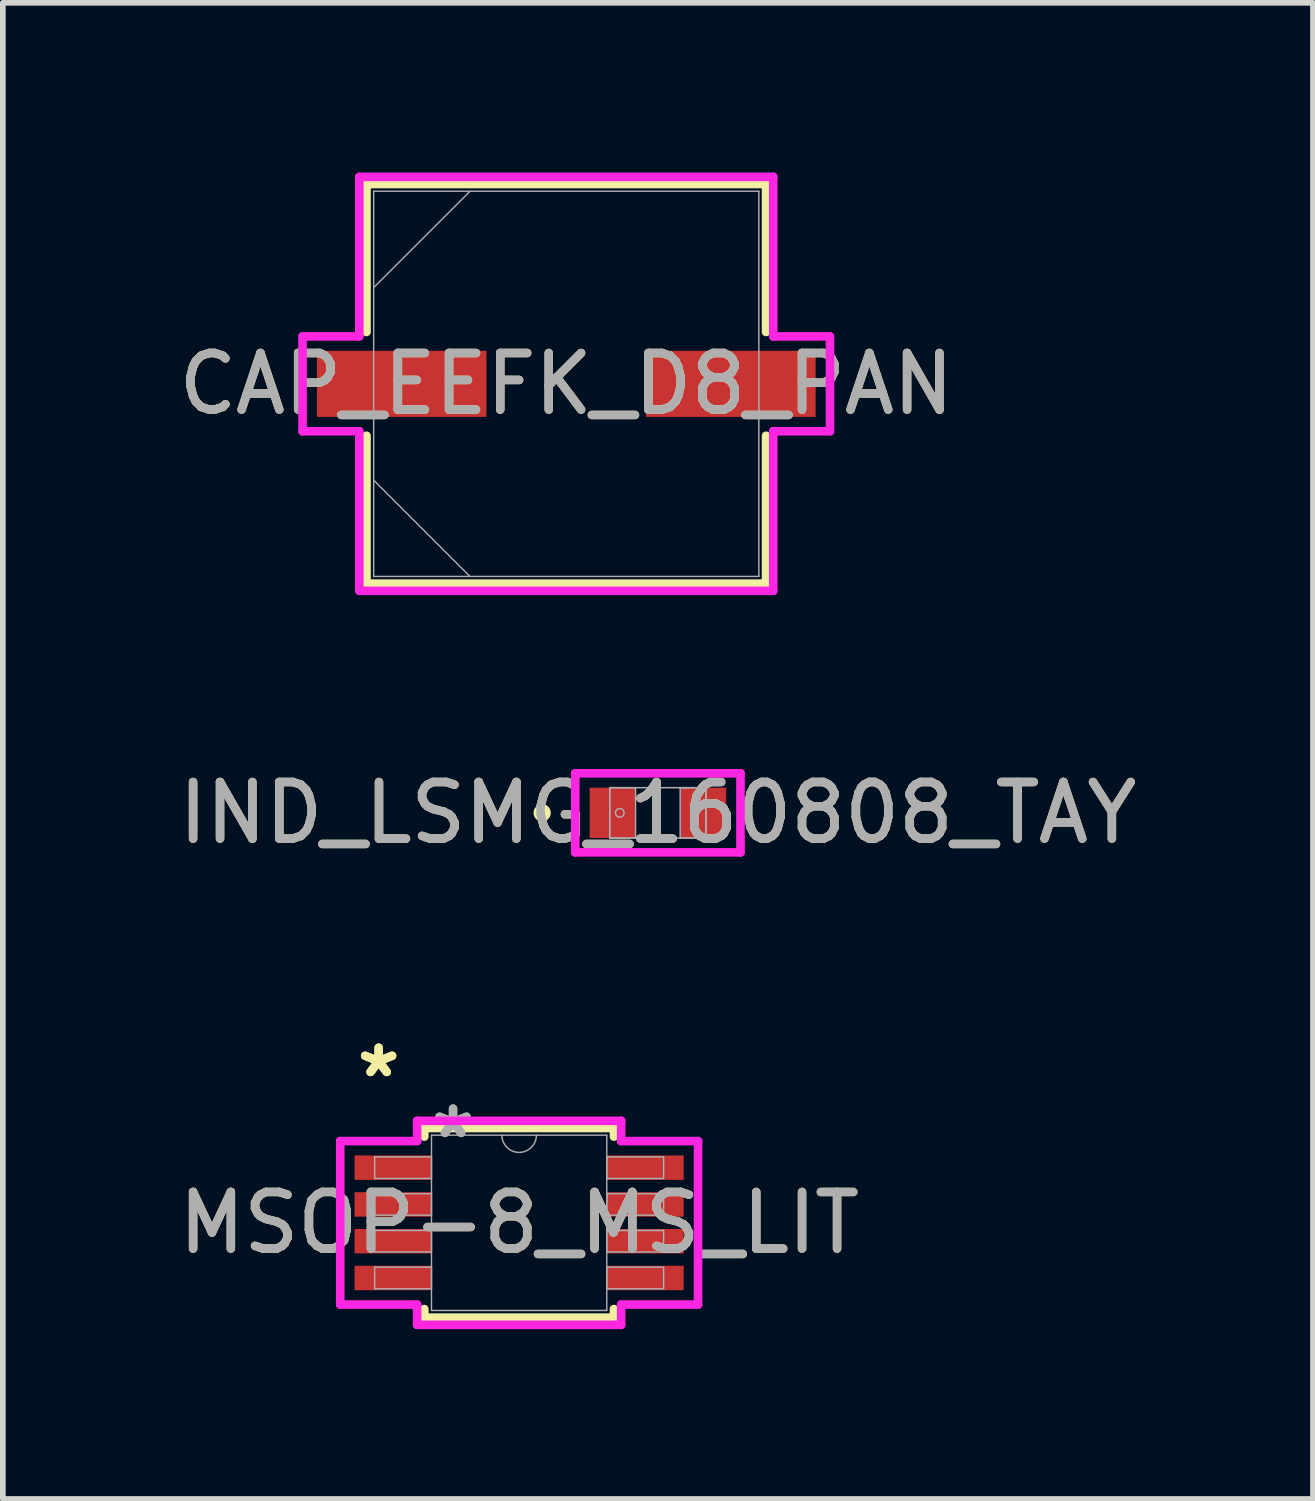
<source format=kicad_pcb>
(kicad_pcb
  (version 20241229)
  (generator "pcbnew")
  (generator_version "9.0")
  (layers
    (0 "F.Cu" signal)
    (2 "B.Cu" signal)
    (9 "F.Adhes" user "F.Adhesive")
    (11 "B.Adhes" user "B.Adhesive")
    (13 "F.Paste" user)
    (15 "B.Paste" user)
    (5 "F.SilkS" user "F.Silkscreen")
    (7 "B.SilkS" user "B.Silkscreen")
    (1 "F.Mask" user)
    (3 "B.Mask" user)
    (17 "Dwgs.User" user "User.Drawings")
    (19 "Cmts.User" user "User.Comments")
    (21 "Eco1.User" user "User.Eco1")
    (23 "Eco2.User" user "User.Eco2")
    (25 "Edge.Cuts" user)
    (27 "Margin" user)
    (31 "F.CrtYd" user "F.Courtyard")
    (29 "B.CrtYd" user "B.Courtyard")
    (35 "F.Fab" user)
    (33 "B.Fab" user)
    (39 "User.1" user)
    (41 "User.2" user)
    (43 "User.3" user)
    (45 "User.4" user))
  (footprint "CAP_EEFK_D8_PAN"
    (layer "F.Cu")
    (at 6.958 3.734)
    (property "Reference" "CAP_EEFK_D8_PAN" (at 0 0 0) (unlocked yes) (layer "F.SilkS") (effects (font (size 1 1) (thickness 0.15))))
    (attr smd)
    (fp_line (start -3.531 -3.531) (end -3.531 -0.917) (stroke (width 0.152) (type solid)) (layer "F.SilkS"))
    (fp_line (start -3.531 0.917) (end -3.531 3.531) (stroke (width 0.152) (type solid)) (layer "F.SilkS"))
    (fp_line (start -3.531 3.531) (end 3.531 3.531) (stroke (width 0.152) (type solid)) (layer "F.SilkS"))
    (fp_line (start 3.531 -3.531) (end -3.531 -3.531) (stroke (width 0.152) (type solid)) (layer "F.SilkS"))
    (fp_line (start 3.531 -0.917) (end 3.531 -3.531) (stroke (width 0.152) (type solid)) (layer "F.SilkS"))
    (fp_line (start 3.531 3.531) (end 3.531 0.917) (stroke (width 0.152) (type solid)) (layer "F.SilkS"))
    (fp_line (start -4.661 -0.838) (end -3.658 -0.838) (stroke (width 0.152) (type solid)) (layer "F.CrtYd"))
    (fp_line (start -4.661 0.838) (end -4.661 -0.838) (stroke (width 0.152) (type solid)) (layer "F.CrtYd"))
    (fp_line (start -3.658 -3.658) (end 3.658 -3.658) (stroke (width 0.152) (type solid)) (layer "F.CrtYd"))
    (fp_line (start -3.658 -0.838) (end -3.658 -3.658) (stroke (width 0.152) (type solid)) (layer "F.CrtYd"))
    (fp_line (start -3.658 0.838) (end -4.661 0.838) (stroke (width 0.152) (type solid)) (layer "F.CrtYd"))
    (fp_line (start -3.658 3.658) (end -3.658 0.838) (stroke (width 0.152) (type solid)) (layer "F.CrtYd"))
    (fp_line (start 3.658 -3.658) (end 3.658 -0.838) (stroke (width 0.152) (type solid)) (layer "F.CrtYd"))
    (fp_line (start 3.658 -0.838) (end 4.661 -0.838) (stroke (width 0.152) (type solid)) (layer "F.CrtYd"))
    (fp_line (start 3.658 0.838) (end 3.658 3.658) (stroke (width 0.152) (type solid)) (layer "F.CrtYd"))
    (fp_line (start 3.658 3.658) (end -3.658 3.658) (stroke (width 0.152) (type solid)) (layer "F.CrtYd"))
    (fp_line (start 4.661 -0.838) (end 4.661 0.838) (stroke (width 0.152) (type solid)) (layer "F.CrtYd"))
    (fp_line (start 4.661 0.838) (end 3.658 0.838) (stroke (width 0.152) (type solid)) (layer "F.CrtYd"))
    (fp_line (start -3.404 -3.404) (end -3.404 3.404) (stroke (width 0.025) (type solid)) (layer "F.Fab"))
    (fp_line (start -3.404 -1.702) (end -1.702 -3.404) (stroke (width 0.025) (type solid)) (layer "F.Fab"))
    (fp_line (start -3.404 1.702) (end -1.702 3.404) (stroke (width 0.025) (type solid)) (layer "F.Fab"))
    (fp_line (start -3.404 3.404) (end 3.404 3.404) (stroke (width 0.025) (type solid)) (layer "F.Fab"))
    (fp_line (start 3.404 -3.404) (end -3.404 -3.404) (stroke (width 0.025) (type solid)) (layer "F.Fab"))
    (fp_line (start 3.404 3.404) (end 3.404 -3.404) (stroke (width 0.025) (type solid)) (layer "F.Fab"))
    (fp_text user "${REFERENCE}" (at 0 0 0) (unlocked yes) (layer "F.Fab") (effects (font (size 1 1) (thickness 0.15))))
    (pad "1" smd rect (at -2.908 0) (size 2.997 1.168) (layers "F.Cu" "F.Mask" "F.Paste"))
    (pad "2" smd rect (at 2.908 0) (size 2.997 1.168) (layers "F.Cu" "F.Mask" "F.Paste"))
    (zone (net_name "") (layer "F.Cu") (hatch full 0.508) (connect_pads) (min_thickness 0.254) (filled_areas_thickness no) (keepout (tracks not_allowed) (vias not_allowed) (pads allowed) (copperpour not_allowed) (footprints allowed)) (placement (enabled no)) (fill) (polygon (pts (xy 3.606 0.381) (xy 10.311 0.381) (xy 10.311 3.099) (xy 3.606 3.099))))
    (zone (net_name "") (layer "F.Cu") (hatch full 0.508) (connect_pads) (min_thickness 0.254) (filled_areas_thickness no) (keepout (tracks not_allowed) (vias not_allowed) (pads allowed) (copperpour not_allowed) (footprints allowed)) (placement (enabled no)) (fill) (polygon (pts (xy 3.606 4.369) (xy 10.311 4.369) (xy 10.311 7.087) (xy 3.606 7.087))))
    (zone (net_name "") (layer "F.Cu") (hatch full 0.508) (connect_pads) (min_thickness 0.254) (filled_areas_thickness no) (keepout (tracks not_allowed) (vias not_allowed) (pads allowed) (copperpour not_allowed) (footprints allowed)) (placement (enabled no)) (fill) (polygon (pts (xy 5.599 3.099) (xy 8.317 3.099) (xy 8.317 4.369) (xy 5.599 4.369)))))
  (footprint "IND_LSMG_160808_TAY"
    (layer "F.Cu")
    (at 8.577 11.316)
    (property "Reference" "IND_LSMG_160808_TAY" (at 0 0 0) (unlocked yes) (layer "F.SilkS") (effects (font (size 1 1) (thickness 0.15))))
    (attr smd)
    (fp_circle (center -2.045 0) (end -1.968 0) (stroke (width 0.152) (type solid)) (fill no) (layer "F.SilkS"))
    (fp_line (start -1.46 -0.699) (end 1.46 -0.699) (stroke (width 0.152) (type solid)) (layer "F.CrtYd"))
    (fp_line (start -1.46 0.699) (end -1.46 -0.699) (stroke (width 0.152) (type solid)) (layer "F.CrtYd"))
    (fp_line (start 1.46 -0.699) (end 1.46 0.699) (stroke (width 0.152) (type solid)) (layer "F.CrtYd"))
    (fp_line (start 1.46 0.699) (end -1.46 0.699) (stroke (width 0.152) (type solid)) (layer "F.CrtYd"))
    (fp_line (start -0.851 -0.445) (end -0.851 0.445) (stroke (width 0.025) (type solid)) (layer "F.Fab"))
    (fp_line (start -0.851 -0.445) (end -0.851 0.445) (stroke (width 0.025) (type solid)) (layer "F.Fab"))
    (fp_line (start -0.851 0.445) (end -0.394 0.445) (stroke (width 0.025) (type solid)) (layer "F.Fab"))
    (fp_line (start -0.851 0.445) (end 0.851 0.445) (stroke (width 0.025) (type solid)) (layer "F.Fab"))
    (fp_line (start -0.394 -0.445) (end -0.851 -0.445) (stroke (width 0.025) (type solid)) (layer "F.Fab"))
    (fp_line (start -0.394 0.445) (end -0.394 -0.445) (stroke (width 0.025) (type solid)) (layer "F.Fab"))
    (fp_line (start 0.394 -0.445) (end 0.394 0.445) (stroke (width 0.025) (type solid)) (layer "F.Fab"))
    (fp_line (start 0.394 0.445) (end 0.851 0.445) (stroke (width 0.025) (type solid)) (layer "F.Fab"))
    (fp_line (start 0.851 -0.445) (end -0.851 -0.445) (stroke (width 0.025) (type solid)) (layer "F.Fab"))
    (fp_line (start 0.851 -0.445) (end 0.394 -0.445) (stroke (width 0.025) (type solid)) (layer "F.Fab"))
    (fp_line (start 0.851 0.445) (end 0.851 -0.445) (stroke (width 0.025) (type solid)) (layer "F.Fab"))
    (fp_line (start 0.851 0.445) (end 0.851 -0.445) (stroke (width 0.025) (type solid)) (layer "F.Fab"))
    (fp_circle (center -0.673 0) (end -0.597 0) (stroke (width 0.025) (type solid)) (fill no) (layer "F.Fab"))
    (fp_text user "${REFERENCE}" (at 0 0 0) (unlocked yes) (layer "F.Fab") (effects (font (size 1 1) (thickness 0.15))))
    (pad "1" smd rect (at -0.8 0) (size 0.813 0.889) (layers "F.Cu" "F.Mask" "F.Paste"))
    (pad "2" smd rect (at 0.8 0) (size 0.813 0.889) (layers "F.Cu" "F.Mask" "F.Paste"))
    (zone (net_name "") (layer "F.Cu") (hatch full 0.508) (connect_pads) (min_thickness 0.254) (filled_areas_thickness no) (keepout (tracks not_allowed) (vias not_allowed) (pads allowed) (copperpour not_allowed) (footprints allowed)) (placement (enabled no)) (fill) (polygon (pts (xy 8.234 10.922) (xy 8.92 10.922) (xy 8.92 11.71) (xy 8.234 11.71)))))
  (footprint "MSOP-8_MS_LIT"
    (layer "F.Cu")
    (at 6.125 18.562)
    (property "Reference" "MSOP-8_MS_LIT" (at 0 0 0) (unlocked yes) (layer "F.SilkS") (effects (font (size 1 1) (thickness 0.15))))
    (attr smd)
    (fp_line (start -1.676 -1.676) (end -1.676 -1.524) (stroke (width 0.152) (type solid)) (layer "F.SilkS"))
    (fp_line (start -1.676 1.524) (end -1.676 1.676) (stroke (width 0.152) (type solid)) (layer "F.SilkS"))
    (fp_line (start -1.676 1.676) (end 1.676 1.676) (stroke (width 0.152) (type solid)) (layer "F.SilkS"))
    (fp_line (start 1.676 -1.676) (end -1.676 -1.676) (stroke (width 0.152) (type solid)) (layer "F.SilkS"))
    (fp_line (start 1.676 -1.524) (end 1.676 -1.676) (stroke (width 0.152) (type solid)) (layer "F.SilkS"))
    (fp_line (start 1.676 1.676) (end 1.676 1.524) (stroke (width 0.152) (type solid)) (layer "F.SilkS"))
    (fp_line (start -3.162 -1.445) (end -1.803 -1.445) (stroke (width 0.152) (type solid)) (layer "F.CrtYd"))
    (fp_line (start -3.162 1.445) (end -3.162 -1.445) (stroke (width 0.152) (type solid)) (layer "F.CrtYd"))
    (fp_line (start -3.162 1.445) (end -1.803 1.445) (stroke (width 0.152) (type solid)) (layer "F.CrtYd"))
    (fp_line (start -1.803 -1.803) (end 1.803 -1.803) (stroke (width 0.152) (type solid)) (layer "F.CrtYd"))
    (fp_line (start -1.803 -1.445) (end -1.803 -1.803) (stroke (width 0.152) (type solid)) (layer "F.CrtYd"))
    (fp_line (start -1.803 1.803) (end -1.803 1.445) (stroke (width 0.152) (type solid)) (layer "F.CrtYd"))
    (fp_line (start 1.803 -1.803) (end 1.803 -1.445) (stroke (width 0.152) (type solid)) (layer "F.CrtYd"))
    (fp_line (start 1.803 1.445) (end 1.803 1.803) (stroke (width 0.152) (type solid)) (layer "F.CrtYd"))
    (fp_line (start 1.803 1.803) (end -1.803 1.803) (stroke (width 0.152) (type solid)) (layer "F.CrtYd"))
    (fp_line (start 3.162 -1.445) (end 1.803 -1.445) (stroke (width 0.152) (type solid)) (layer "F.CrtYd"))
    (fp_line (start 3.162 -1.445) (end 3.162 1.445) (stroke (width 0.152) (type solid)) (layer "F.CrtYd"))
    (fp_line (start 3.162 1.445) (end 1.803 1.445) (stroke (width 0.152) (type solid)) (layer "F.CrtYd"))
    (fp_line (start -2.553 -1.165) (end -2.553 -0.784) (stroke (width 0.025) (type solid)) (layer "F.Fab"))
    (fp_line (start -2.553 -0.784) (end -1.549 -0.784) (stroke (width 0.025) (type solid)) (layer "F.Fab"))
    (fp_line (start -2.553 -0.515) (end -2.553 -0.135) (stroke (width 0.025) (type solid)) (layer "F.Fab"))
    (fp_line (start -2.553 -0.135) (end -1.549 -0.135) (stroke (width 0.025) (type solid)) (layer "F.Fab"))
    (fp_line (start -2.553 0.135) (end -2.553 0.515) (stroke (width 0.025) (type solid)) (layer "F.Fab"))
    (fp_line (start -2.553 0.515) (end -1.549 0.515) (stroke (width 0.025) (type solid)) (layer "F.Fab"))
    (fp_line (start -2.553 0.784) (end -2.553 1.165) (stroke (width 0.025) (type solid)) (layer "F.Fab"))
    (fp_line (start -2.553 1.165) (end -1.549 1.165) (stroke (width 0.025) (type solid)) (layer "F.Fab"))
    (fp_line (start -1.549 -1.549) (end -1.549 1.549) (stroke (width 0.025) (type solid)) (layer "F.Fab"))
    (fp_line (start -1.549 -1.165) (end -2.553 -1.165) (stroke (width 0.025) (type solid)) (layer "F.Fab"))
    (fp_line (start -1.549 -0.784) (end -1.549 -1.165) (stroke (width 0.025) (type solid)) (layer "F.Fab"))
    (fp_line (start -1.549 -0.515) (end -2.553 -0.515) (stroke (width 0.025) (type solid)) (layer "F.Fab"))
    (fp_line (start -1.549 -0.135) (end -1.549 -0.515) (stroke (width 0.025) (type solid)) (layer "F.Fab"))
    (fp_line (start -1.549 0.135) (end -2.553 0.135) (stroke (width 0.025) (type solid)) (layer "F.Fab"))
    (fp_line (start -1.549 0.515) (end -1.549 0.135) (stroke (width 0.025) (type solid)) (layer "F.Fab"))
    (fp_line (start -1.549 0.784) (end -2.553 0.784) (stroke (width 0.025) (type solid)) (layer "F.Fab"))
    (fp_line (start -1.549 1.165) (end -1.549 0.784) (stroke (width 0.025) (type solid)) (layer "F.Fab"))
    (fp_line (start -1.549 1.549) (end 1.549 1.549) (stroke (width 0.025) (type solid)) (layer "F.Fab"))
    (fp_line (start 1.549 -1.549) (end -1.549 -1.549) (stroke (width 0.025) (type solid)) (layer "F.Fab"))
    (fp_line (start 1.549 -1.165) (end 1.549 -0.784) (stroke (width 0.025) (type solid)) (layer "F.Fab"))
    (fp_line (start 1.549 -0.784) (end 2.553 -0.784) (stroke (width 0.025) (type solid)) (layer "F.Fab"))
    (fp_line (start 1.549 -0.515) (end 1.549 -0.135) (stroke (width 0.025) (type solid)) (layer "F.Fab"))
    (fp_line (start 1.549 -0.135) (end 2.553 -0.135) (stroke (width 0.025) (type solid)) (layer "F.Fab"))
    (fp_line (start 1.549 0.135) (end 1.549 0.515) (stroke (width 0.025) (type solid)) (layer "F.Fab"))
    (fp_line (start 1.549 0.515) (end 2.553 0.515) (stroke (width 0.025) (type solid)) (layer "F.Fab"))
    (fp_line (start 1.549 0.784) (end 1.549 1.165) (stroke (width 0.025) (type solid)) (layer "F.Fab"))
    (fp_line (start 1.549 1.165) (end 2.553 1.165) (stroke (width 0.025) (type solid)) (layer "F.Fab"))
    (fp_line (start 1.549 1.549) (end 1.549 -1.549) (stroke (width 0.025) (type solid)) (layer "F.Fab"))
    (fp_line (start 2.553 -1.165) (end 1.549 -1.165) (stroke (width 0.025) (type solid)) (layer "F.Fab"))
    (fp_line (start 2.553 -0.784) (end 2.553 -1.165) (stroke (width 0.025) (type solid)) (layer "F.Fab"))
    (fp_line (start 2.553 -0.515) (end 1.549 -0.515) (stroke (width 0.025) (type solid)) (layer "F.Fab"))
    (fp_line (start 2.553 -0.135) (end 2.553 -0.515) (stroke (width 0.025) (type solid)) (layer "F.Fab"))
    (fp_line (start 2.553 0.135) (end 1.549 0.135) (stroke (width 0.025) (type solid)) (layer "F.Fab"))
    (fp_line (start 2.553 0.515) (end 2.553 0.135) (stroke (width 0.025) (type solid)) (layer "F.Fab"))
    (fp_line (start 2.553 0.784) (end 1.549 0.784) (stroke (width 0.025) (type solid)) (layer "F.Fab"))
    (fp_line (start 2.553 1.165) (end 2.553 0.784) (stroke (width 0.025) (type solid)) (layer "F.Fab"))
    (fp_arc (start 0.3048 -1.5494) (mid 0 -1.2446) (end -0.3048 -1.5494) (stroke (width 0.0254) (type solid)) (layer "F.Fab"))
    (fp_text user "*" (at -2.483 -2.55 0) (unlocked yes) (layer "F.SilkS") (effects (font (size 1 1) (thickness 0.15))))
    (fp_text user "*" (at -2.483 -2.55 0) (layer "F.SilkS") (effects (font (size 1 1) (thickness 0.15))))
    (fp_text user "*" (at -1.168 -1.473 0) (unlocked yes) (layer "F.Fab") (effects (font (size 1 1) (thickness 0.15))))
    (fp_text user "*" (at -1.168 -1.473 0) (layer "F.Fab") (effects (font (size 1 1) (thickness 0.15))))
    (fp_text user "${REFERENCE}" (at 0 0 0) (unlocked yes) (layer "F.Fab") (effects (font (size 1 1) (thickness 0.15))))
    (pad "1" smd rect (at -2.229 -0.975) (size 1.359 0.432) (layers "F.Cu" "F.Mask" "F.Paste"))
    (pad "2" smd rect (at -2.229 -0.325) (size 1.359 0.432) (layers "F.Cu" "F.Mask" "F.Paste"))
    (pad "3" smd rect (at -2.229 0.325) (size 1.359 0.432) (layers "F.Cu" "F.Mask" "F.Paste"))
    (pad "4" smd rect (at -2.229 0.975) (size 1.359 0.432) (layers "F.Cu" "F.Mask" "F.Paste"))
    (pad "5" smd rect (at 2.229 0.975) (size 1.359 0.432) (layers "F.Cu" "F.Mask" "F.Paste"))
    (pad "6" smd rect (at 2.229 0.325) (size 1.359 0.432) (layers "F.Cu" "F.Mask" "F.Paste"))
    (pad "7" smd rect (at 2.229 -0.325) (size 1.359 0.432) (layers "F.Cu" "F.Mask" "F.Paste"))
    (pad "8" smd rect (at 2.229 -0.975) (size 1.359 0.432) (layers "F.Cu" "F.Mask" "F.Paste")))
  (gr_rect
    (start -3 -3)
    (end 20.155 23.442)
    (stroke (width 0.1) (type default))
    (fill no)
    (layer "Edge.Cuts")))
</source>
